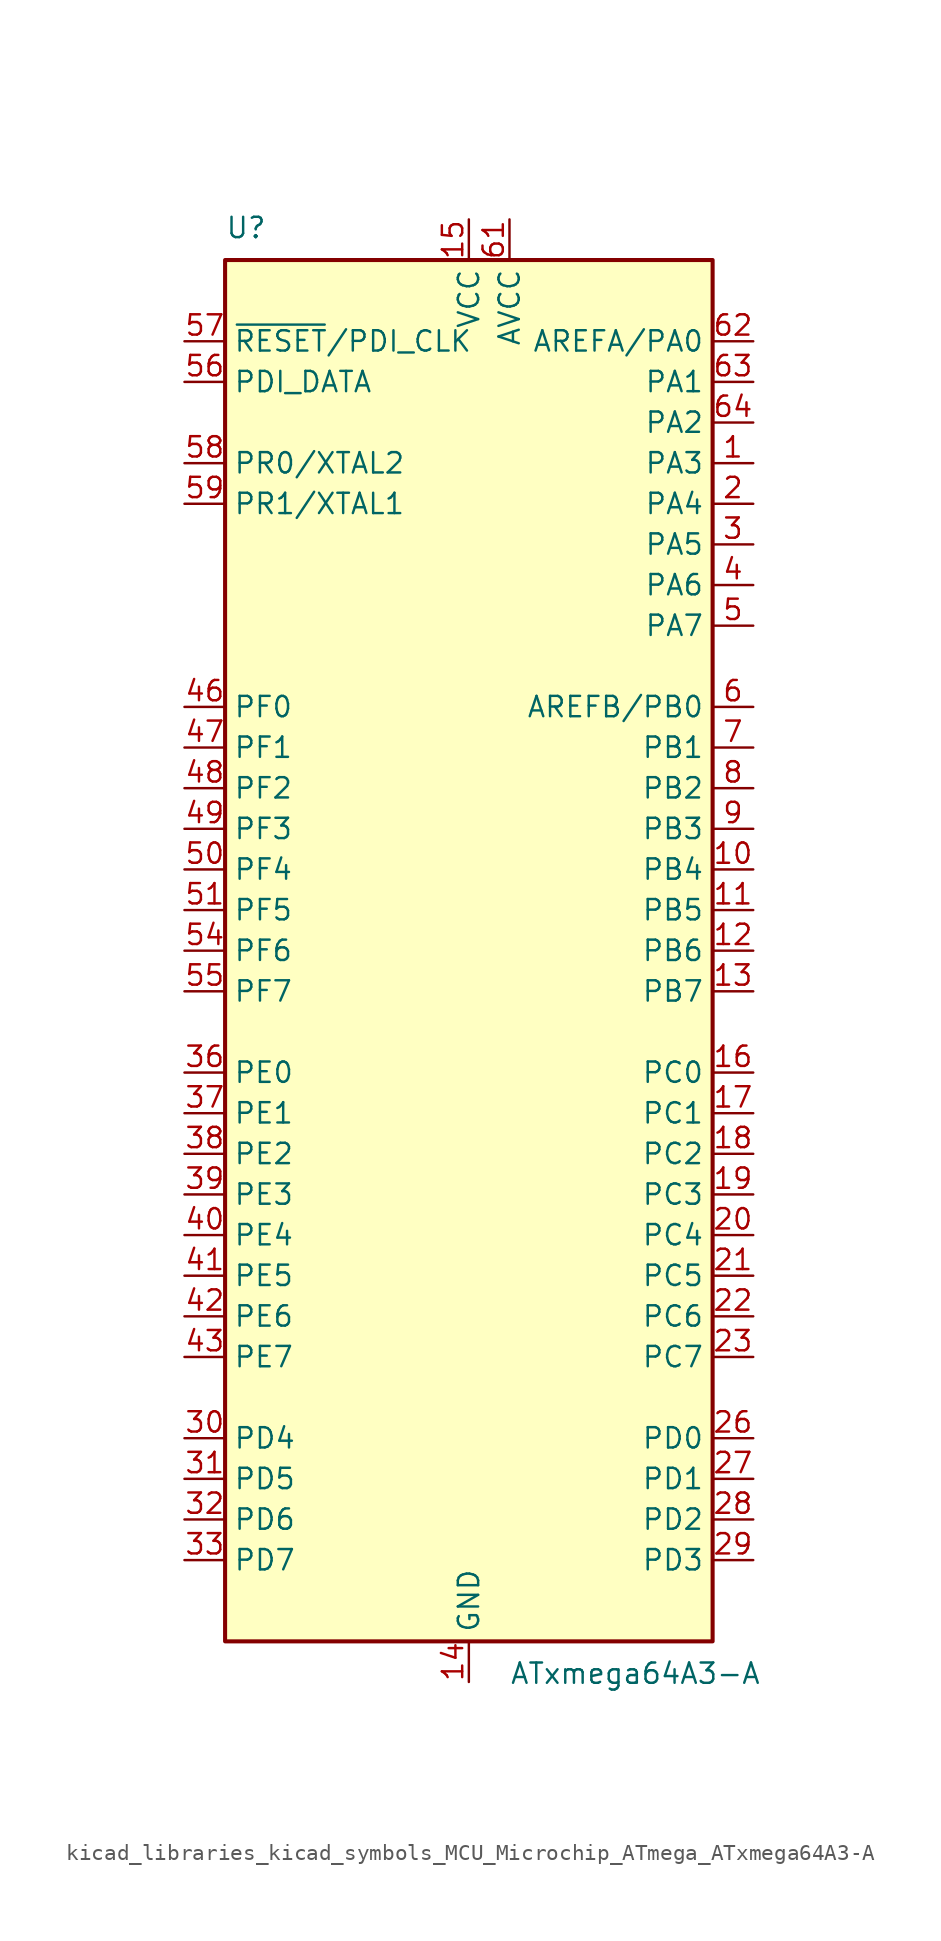
<source format=kicad_sym>
(kicad_symbol_lib
  (version 20220914)
  (generator kicad_symbol_editor)
  (symbol "kicad_libraries_kicad_symbols_MCU_Microchip_ATmega_ATxmega64A3-A"
    (property "Reference" "U"
      (at -15.24 44.45 0)
      (effects (font (size 1.27 1.27)) (justify left bottom)))
    (property "Value" "ATxmega64A3-A"
      (at 2.54 -44.45 0)
      (effects (font (size 1.27 1.27)) (justify left top)))
    (symbol "kicad_libraries_kicad_symbols_MCU_Microchip_ATmega_ATxmega64A3-A_0_1"
      (rectangle (start -15.24 -43.18) (end 15.24 43.18) (stroke (width 0.254) (type default)) (fill (type background))))
    (symbol "kicad_libraries_kicad_symbols_MCU_Microchip_ATmega_ATxmega64A3-A_1_1"
      (pin bidirectional line (at 17.78 30.48 180) (length 2.54) (name "PA3" (effects (font (size 1.27 1.27)))) (number "1" (effects (font (size 1.27 1.27)))))
      (pin bidirectional line (at 17.78 5.08 180) (length 2.54) (name "PB4" (effects (font (size 1.27 1.27)))) (number "10" (effects (font (size 1.27 1.27)))))
      (pin bidirectional line (at 17.78 2.54 180) (length 2.54) (name "PB5" (effects (font (size 1.27 1.27)))) (number "11" (effects (font (size 1.27 1.27)))))
      (pin bidirectional line (at 17.78 0 180) (length 2.54) (name "PB6" (effects (font (size 1.27 1.27)))) (number "12" (effects (font (size 1.27 1.27)))))
      (pin bidirectional line (at 17.78 -2.54 180) (length 2.54) (name "PB7" (effects (font (size 1.27 1.27)))) (number "13" (effects (font (size 1.27 1.27)))))
      (pin power_in line (at 0 -45.72 90) (length 2.54) (name "GND" (effects (font (size 1.27 1.27)))) (number "14" (effects (font (size 1.27 1.27)))))
      (pin power_in line (at 0 45.72 270) (length 2.54) (name "VCC" (effects (font (size 1.27 1.27)))) (number "15" (effects (font (size 1.27 1.27)))))
      (pin bidirectional line (at 17.78 -7.62 180) (length 2.54) (name "PC0" (effects (font (size 1.27 1.27)))) (number "16" (effects (font (size 1.27 1.27)))))
      (pin bidirectional line (at 17.78 -10.16 180) (length 2.54) (name "PC1" (effects (font (size 1.27 1.27)))) (number "17" (effects (font (size 1.27 1.27)))))
      (pin bidirectional line (at 17.78 -12.7 180) (length 2.54) (name "PC2" (effects (font (size 1.27 1.27)))) (number "18" (effects (font (size 1.27 1.27)))))
      (pin bidirectional line (at 17.78 -15.24 180) (length 2.54) (name "PC3" (effects (font (size 1.27 1.27)))) (number "19" (effects (font (size 1.27 1.27)))))
      (pin bidirectional line (at 17.78 27.94 180) (length 2.54) (name "PA4" (effects (font (size 1.27 1.27)))) (number "2" (effects (font (size 1.27 1.27)))))
      (pin bidirectional line (at 17.78 -17.78 180) (length 2.54) (name "PC4" (effects (font (size 1.27 1.27)))) (number "20" (effects (font (size 1.27 1.27)))))
      (pin bidirectional line (at 17.78 -20.32 180) (length 2.54) (name "PC5" (effects (font (size 1.27 1.27)))) (number "21" (effects (font (size 1.27 1.27)))))
      (pin bidirectional line (at 17.78 -22.86 180) (length 2.54) (name "PC6" (effects (font (size 1.27 1.27)))) (number "22" (effects (font (size 1.27 1.27)))))
      (pin bidirectional line (at 17.78 -25.4 180) (length 2.54) (name "PC7" (effects (font (size 1.27 1.27)))) (number "23" (effects (font (size 1.27 1.27)))))
      (pin passive line (at 0 -45.72 90) (length 2.54) hide (name "GND" (effects (font (size 1.27 1.27)))) (number "24" (effects (font (size 1.27 1.27)))))
      (pin passive line (at 0 45.72 270) (length 2.54) hide (name "VCC" (effects (font (size 1.27 1.27)))) (number "25" (effects (font (size 1.27 1.27)))))
      (pin bidirectional line (at 17.78 -30.48 180) (length 2.54) (name "PD0" (effects (font (size 1.27 1.27)))) (number "26" (effects (font (size 1.27 1.27)))))
      (pin bidirectional line (at 17.78 -33.02 180) (length 2.54) (name "PD1" (effects (font (size 1.27 1.27)))) (number "27" (effects (font (size 1.27 1.27)))))
      (pin bidirectional line (at 17.78 -35.56 180) (length 2.54) (name "PD2" (effects (font (size 1.27 1.27)))) (number "28" (effects (font (size 1.27 1.27)))))
      (pin bidirectional line (at 17.78 -38.1 180) (length 2.54) (name "PD3" (effects (font (size 1.27 1.27)))) (number "29" (effects (font (size 1.27 1.27)))))
      (pin bidirectional line (at 17.78 25.4 180) (length 2.54) (name "PA5" (effects (font (size 1.27 1.27)))) (number "3" (effects (font (size 1.27 1.27)))))
      (pin bidirectional line (at -17.78 -30.48 0) (length 2.54) (name "PD4" (effects (font (size 1.27 1.27)))) (number "30" (effects (font (size 1.27 1.27)))))
      (pin bidirectional line (at -17.78 -33.02 0) (length 2.54) (name "PD5" (effects (font (size 1.27 1.27)))) (number "31" (effects (font (size 1.27 1.27)))))
      (pin bidirectional line (at -17.78 -35.56 0) (length 2.54) (name "PD6" (effects (font (size 1.27 1.27)))) (number "32" (effects (font (size 1.27 1.27)))))
      (pin bidirectional line (at -17.78 -38.1 0) (length 2.54) (name "PD7" (effects (font (size 1.27 1.27)))) (number "33" (effects (font (size 1.27 1.27)))))
      (pin passive line (at 0 -45.72 90) (length 2.54) hide (name "GND" (effects (font (size 1.27 1.27)))) (number "34" (effects (font (size 1.27 1.27)))))
      (pin passive line (at 0 45.72 270) (length 2.54) hide (name "VCC" (effects (font (size 1.27 1.27)))) (number "35" (effects (font (size 1.27 1.27)))))
      (pin bidirectional line (at -17.78 -7.62 0) (length 2.54) (name "PE0" (effects (font (size 1.27 1.27)))) (number "36" (effects (font (size 1.27 1.27)))))
      (pin bidirectional line (at -17.78 -10.16 0) (length 2.54) (name "PE1" (effects (font (size 1.27 1.27)))) (number "37" (effects (font (size 1.27 1.27)))))
      (pin bidirectional line (at -17.78 -12.7 0) (length 2.54) (name "PE2" (effects (font (size 1.27 1.27)))) (number "38" (effects (font (size 1.27 1.27)))))
      (pin bidirectional line (at -17.78 -15.24 0) (length 2.54) (name "PE3" (effects (font (size 1.27 1.27)))) (number "39" (effects (font (size 1.27 1.27)))))
      (pin bidirectional line (at 17.78 22.86 180) (length 2.54) (name "PA6" (effects (font (size 1.27 1.27)))) (number "4" (effects (font (size 1.27 1.27)))))
      (pin bidirectional line (at -17.78 -17.78 0) (length 2.54) (name "PE4" (effects (font (size 1.27 1.27)))) (number "40" (effects (font (size 1.27 1.27)))))
      (pin bidirectional line (at -17.78 -20.32 0) (length 2.54) (name "PE5" (effects (font (size 1.27 1.27)))) (number "41" (effects (font (size 1.27 1.27)))))
      (pin bidirectional line (at -17.78 -22.86 0) (length 2.54) (name "PE6" (effects (font (size 1.27 1.27)))) (number "42" (effects (font (size 1.27 1.27)))))
      (pin bidirectional line (at -17.78 -25.4 0) (length 2.54) (name "PE7" (effects (font (size 1.27 1.27)))) (number "43" (effects (font (size 1.27 1.27)))))
      (pin passive line (at 0 -45.72 90) (length 2.54) hide (name "GND" (effects (font (size 1.27 1.27)))) (number "44" (effects (font (size 1.27 1.27)))))
      (pin passive line (at 0 45.72 270) (length 2.54) hide (name "VCC" (effects (font (size 1.27 1.27)))) (number "45" (effects (font (size 1.27 1.27)))))
      (pin bidirectional line (at -17.78 15.24 0) (length 2.54) (name "PF0" (effects (font (size 1.27 1.27)))) (number "46" (effects (font (size 1.27 1.27)))))
      (pin bidirectional line (at -17.78 12.7 0) (length 2.54) (name "PF1" (effects (font (size 1.27 1.27)))) (number "47" (effects (font (size 1.27 1.27)))))
      (pin bidirectional line (at -17.78 10.16 0) (length 2.54) (name "PF2" (effects (font (size 1.27 1.27)))) (number "48" (effects (font (size 1.27 1.27)))))
      (pin bidirectional line (at -17.78 7.62 0) (length 2.54) (name "PF3" (effects (font (size 1.27 1.27)))) (number "49" (effects (font (size 1.27 1.27)))))
      (pin bidirectional line (at 17.78 20.32 180) (length 2.54) (name "PA7" (effects (font (size 1.27 1.27)))) (number "5" (effects (font (size 1.27 1.27)))))
      (pin bidirectional line (at -17.78 5.08 0) (length 2.54) (name "PF4" (effects (font (size 1.27 1.27)))) (number "50" (effects (font (size 1.27 1.27)))))
      (pin bidirectional line (at -17.78 2.54 0) (length 2.54) (name "PF5" (effects (font (size 1.27 1.27)))) (number "51" (effects (font (size 1.27 1.27)))))
      (pin passive line (at 0 -45.72 90) (length 2.54) hide (name "GND" (effects (font (size 1.27 1.27)))) (number "52" (effects (font (size 1.27 1.27)))))
      (pin passive line (at 0 45.72 270) (length 2.54) hide (name "VCC" (effects (font (size 1.27 1.27)))) (number "53" (effects (font (size 1.27 1.27)))))
      (pin bidirectional line (at -17.78 0 0) (length 2.54) (name "PF6" (effects (font (size 1.27 1.27)))) (number "54" (effects (font (size 1.27 1.27)))))
      (pin bidirectional line (at -17.78 -2.54 0) (length 2.54) (name "PF7" (effects (font (size 1.27 1.27)))) (number "55" (effects (font (size 1.27 1.27)))))
      (pin bidirectional line (at -17.78 35.56 0) (length 2.54) (name "PDI_DATA" (effects (font (size 1.27 1.27)))) (number "56" (effects (font (size 1.27 1.27)))))
      (pin input line (at -17.78 38.1 0) (length 2.54) (name "~{RESET}/PDI_CLK" (effects (font (size 1.27 1.27)))) (number "57" (effects (font (size 1.27 1.27)))))
      (pin bidirectional line (at -17.78 30.48 0) (length 2.54) (name "PR0/XTAL2" (effects (font (size 1.27 1.27)))) (number "58" (effects (font (size 1.27 1.27)))))
      (pin bidirectional line (at -17.78 27.94 0) (length 2.54) (name "PR1/XTAL1" (effects (font (size 1.27 1.27)))) (number "59" (effects (font (size 1.27 1.27)))))
      (pin bidirectional line (at 17.78 15.24 180) (length 2.54) (name "AREFB/PB0" (effects (font (size 1.27 1.27)))) (number "6" (effects (font (size 1.27 1.27)))))
      (pin passive line (at 0 -45.72 90) (length 2.54) hide (name "GND" (effects (font (size 1.27 1.27)))) (number "60" (effects (font (size 1.27 1.27)))))
      (pin power_in line (at 2.54 45.72 270) (length 2.54) (name "AVCC" (effects (font (size 1.27 1.27)))) (number "61" (effects (font (size 1.27 1.27)))))
      (pin bidirectional line (at 17.78 38.1 180) (length 2.54) (name "AREFA/PA0" (effects (font (size 1.27 1.27)))) (number "62" (effects (font (size 1.27 1.27)))))
      (pin bidirectional line (at 17.78 35.56 180) (length 2.54) (name "PA1" (effects (font (size 1.27 1.27)))) (number "63" (effects (font (size 1.27 1.27)))))
      (pin bidirectional line (at 17.78 33.02 180) (length 2.54) (name "PA2" (effects (font (size 1.27 1.27)))) (number "64" (effects (font (size 1.27 1.27)))))
      (pin bidirectional line (at 17.78 12.7 180) (length 2.54) (name "PB1" (effects (font (size 1.27 1.27)))) (number "7" (effects (font (size 1.27 1.27)))))
      (pin bidirectional line (at 17.78 10.16 180) (length 2.54) (name "PB2" (effects (font (size 1.27 1.27)))) (number "8" (effects (font (size 1.27 1.27)))))
      (pin bidirectional line (at 17.78 7.62 180) (length 2.54) (name "PB3" (effects (font (size 1.27 1.27)))) (number "9" (effects (font (size 1.27 1.27))))))))
</source>
